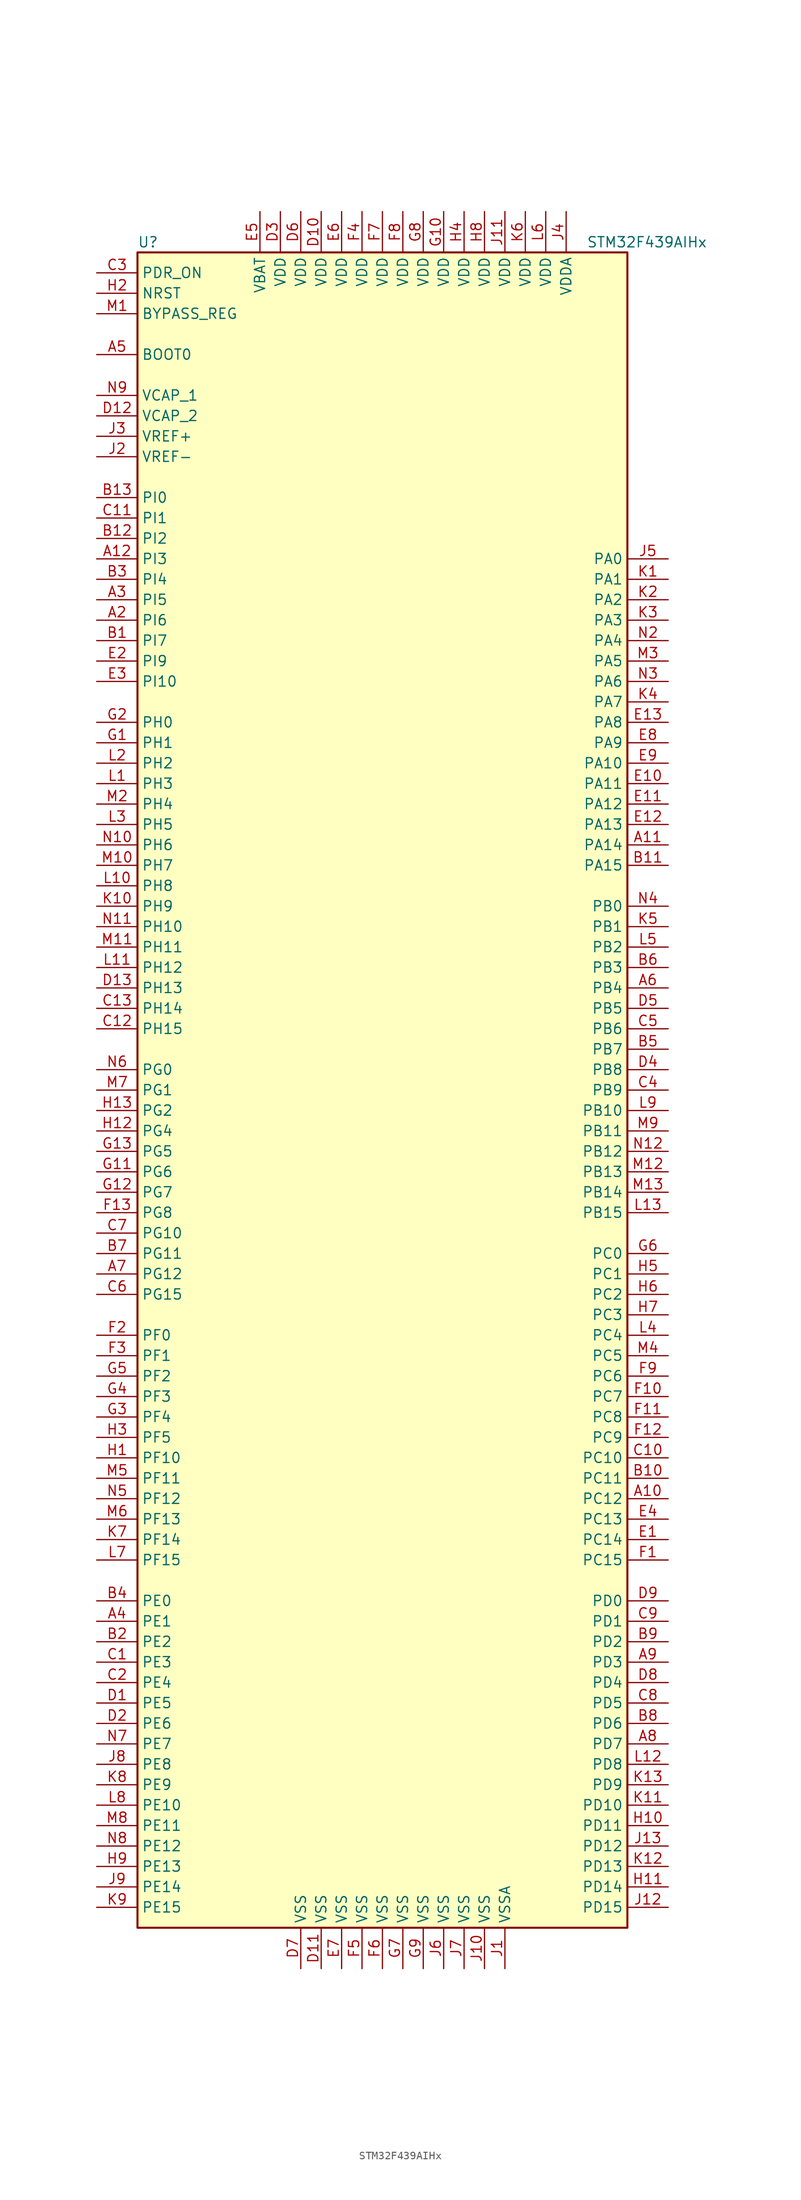
<source format=kicad_sym>
(kicad_symbol_lib
  (version 20211014)
  (generator kicad_symbol_editor)
  (symbol "STM32F439AIHx"
    (property "Reference" "U"
      (at -30.48 105.41 0)
      (effects (font (size 1.27 1.27)) (justify left)))
    (property "Value" "STM32F439AIHx"
      (at 25.4 105.41 0)
      (effects (font (size 1.27 1.27)) (justify left)))
    (symbol "STM32F439AIHx_0_1"
      (rectangle (start -30.48 -104.14) (end 30.48 104.14) (stroke (width 0.254) (type default) (color 0 0 0 0)) (fill (type background))))
    (symbol "STM32F439AIHx_1_1"
      (pin no_connect line (at -30.48 -101.6 0) (length 5.08) hide (name "NC" (effects (font (size 1.27 1.27)))) (number "A1" (effects (font (size 1.27 1.27)))))
      (pin bidirectional line (at 35.56 -50.8 180) (length 5.08) (name "PC12" (effects (font (size 1.27 1.27)))) (number "A10" (effects (font (size 1.27 1.27)))))
      (pin bidirectional line (at 35.56 30.48 180) (length 5.08) (name "PA14" (effects (font (size 1.27 1.27)))) (number "A11" (effects (font (size 1.27 1.27)))))
      (pin bidirectional line (at -35.56 66.04 0) (length 5.08) (name "PI3" (effects (font (size 1.27 1.27)))) (number "A12" (effects (font (size 1.27 1.27)))))
      (pin no_connect line (at -30.48 -99.06 0) (length 5.08) hide (name "NC" (effects (font (size 1.27 1.27)))) (number "A13" (effects (font (size 1.27 1.27)))))
      (pin bidirectional line (at -35.56 58.42 0) (length 5.08) (name "PI6" (effects (font (size 1.27 1.27)))) (number "A2" (effects (font (size 1.27 1.27)))))
      (pin bidirectional line (at -35.56 60.96 0) (length 5.08) (name "PI5" (effects (font (size 1.27 1.27)))) (number "A3" (effects (font (size 1.27 1.27)))))
      (pin bidirectional line (at -35.56 -66.04 0) (length 5.08) (name "PE1" (effects (font (size 1.27 1.27)))) (number "A4" (effects (font (size 1.27 1.27)))))
      (pin input line (at -35.56 91.44 0) (length 5.08) (name "BOOT0" (effects (font (size 1.27 1.27)))) (number "A5" (effects (font (size 1.27 1.27)))))
      (pin bidirectional line (at 35.56 12.7 180) (length 5.08) (name "PB4" (effects (font (size 1.27 1.27)))) (number "A6" (effects (font (size 1.27 1.27)))))
      (pin bidirectional line (at -35.56 -22.86 0) (length 5.08) (name "PG12" (effects (font (size 1.27 1.27)))) (number "A7" (effects (font (size 1.27 1.27)))))
      (pin bidirectional line (at 35.56 -81.28 180) (length 5.08) (name "PD7" (effects (font (size 1.27 1.27)))) (number "A8" (effects (font (size 1.27 1.27)))))
      (pin bidirectional line (at 35.56 -71.12 180) (length 5.08) (name "PD3" (effects (font (size 1.27 1.27)))) (number "A9" (effects (font (size 1.27 1.27)))))
      (pin bidirectional line (at -35.56 55.88 0) (length 5.08) (name "PI7" (effects (font (size 1.27 1.27)))) (number "B1" (effects (font (size 1.27 1.27)))))
      (pin bidirectional line (at 35.56 -48.26 180) (length 5.08) (name "PC11" (effects (font (size 1.27 1.27)))) (number "B10" (effects (font (size 1.27 1.27)))))
      (pin bidirectional line (at 35.56 27.94 180) (length 5.08) (name "PA15" (effects (font (size 1.27 1.27)))) (number "B11" (effects (font (size 1.27 1.27)))))
      (pin bidirectional line (at -35.56 68.58 0) (length 5.08) (name "PI2" (effects (font (size 1.27 1.27)))) (number "B12" (effects (font (size 1.27 1.27)))))
      (pin bidirectional line (at -35.56 73.66 0) (length 5.08) (name "PI0" (effects (font (size 1.27 1.27)))) (number "B13" (effects (font (size 1.27 1.27)))))
      (pin bidirectional line (at -35.56 -68.58 0) (length 5.08) (name "PE2" (effects (font (size 1.27 1.27)))) (number "B2" (effects (font (size 1.27 1.27)))))
      (pin bidirectional line (at -35.56 63.5 0) (length 5.08) (name "PI4" (effects (font (size 1.27 1.27)))) (number "B3" (effects (font (size 1.27 1.27)))))
      (pin bidirectional line (at -35.56 -63.5 0) (length 5.08) (name "PE0" (effects (font (size 1.27 1.27)))) (number "B4" (effects (font (size 1.27 1.27)))))
      (pin bidirectional line (at 35.56 5.08 180) (length 5.08) (name "PB7" (effects (font (size 1.27 1.27)))) (number "B5" (effects (font (size 1.27 1.27)))))
      (pin bidirectional line (at 35.56 15.24 180) (length 5.08) (name "PB3" (effects (font (size 1.27 1.27)))) (number "B6" (effects (font (size 1.27 1.27)))))
      (pin bidirectional line (at -35.56 -20.32 0) (length 5.08) (name "PG11" (effects (font (size 1.27 1.27)))) (number "B7" (effects (font (size 1.27 1.27)))))
      (pin bidirectional line (at 35.56 -78.74 180) (length 5.08) (name "PD6" (effects (font (size 1.27 1.27)))) (number "B8" (effects (font (size 1.27 1.27)))))
      (pin bidirectional line (at 35.56 -68.58 180) (length 5.08) (name "PD2" (effects (font (size 1.27 1.27)))) (number "B9" (effects (font (size 1.27 1.27)))))
      (pin bidirectional line (at -35.56 -71.12 0) (length 5.08) (name "PE3" (effects (font (size 1.27 1.27)))) (number "C1" (effects (font (size 1.27 1.27)))))
      (pin bidirectional line (at 35.56 -45.72 180) (length 5.08) (name "PC10" (effects (font (size 1.27 1.27)))) (number "C10" (effects (font (size 1.27 1.27)))))
      (pin bidirectional line (at -35.56 71.12 0) (length 5.08) (name "PI1" (effects (font (size 1.27 1.27)))) (number "C11" (effects (font (size 1.27 1.27)))))
      (pin bidirectional line (at -35.56 7.62 0) (length 5.08) (name "PH15" (effects (font (size 1.27 1.27)))) (number "C12" (effects (font (size 1.27 1.27)))))
      (pin bidirectional line (at -35.56 10.16 0) (length 5.08) (name "PH14" (effects (font (size 1.27 1.27)))) (number "C13" (effects (font (size 1.27 1.27)))))
      (pin bidirectional line (at -35.56 -73.66 0) (length 5.08) (name "PE4" (effects (font (size 1.27 1.27)))) (number "C2" (effects (font (size 1.27 1.27)))))
      (pin input line (at -35.56 101.6 0) (length 5.08) (name "PDR_ON" (effects (font (size 1.27 1.27)))) (number "C3" (effects (font (size 1.27 1.27)))))
      (pin bidirectional line (at 35.56 0 180) (length 5.08) (name "PB9" (effects (font (size 1.27 1.27)))) (number "C4" (effects (font (size 1.27 1.27)))))
      (pin bidirectional line (at 35.56 7.62 180) (length 5.08) (name "PB6" (effects (font (size 1.27 1.27)))) (number "C5" (effects (font (size 1.27 1.27)))))
      (pin bidirectional line (at -35.56 -25.4 0) (length 5.08) (name "PG15" (effects (font (size 1.27 1.27)))) (number "C6" (effects (font (size 1.27 1.27)))))
      (pin bidirectional line (at -35.56 -17.78 0) (length 5.08) (name "PG10" (effects (font (size 1.27 1.27)))) (number "C7" (effects (font (size 1.27 1.27)))))
      (pin bidirectional line (at 35.56 -76.2 180) (length 5.08) (name "PD5" (effects (font (size 1.27 1.27)))) (number "C8" (effects (font (size 1.27 1.27)))))
      (pin bidirectional line (at 35.56 -66.04 180) (length 5.08) (name "PD1" (effects (font (size 1.27 1.27)))) (number "C9" (effects (font (size 1.27 1.27)))))
      (pin bidirectional line (at -35.56 -76.2 0) (length 5.08) (name "PE5" (effects (font (size 1.27 1.27)))) (number "D1" (effects (font (size 1.27 1.27)))))
      (pin power_in line (at -7.62 109.22 270) (length 5.08) (name "VDD" (effects (font (size 1.27 1.27)))) (number "D10" (effects (font (size 1.27 1.27)))))
      (pin power_in line (at -7.62 -109.22 90) (length 5.08) (name "VSS" (effects (font (size 1.27 1.27)))) (number "D11" (effects (font (size 1.27 1.27)))))
      (pin power_in line (at -35.56 83.82 0) (length 5.08) (name "VCAP_2" (effects (font (size 1.27 1.27)))) (number "D12" (effects (font (size 1.27 1.27)))))
      (pin bidirectional line (at -35.56 12.7 0) (length 5.08) (name "PH13" (effects (font (size 1.27 1.27)))) (number "D13" (effects (font (size 1.27 1.27)))))
      (pin bidirectional line (at -35.56 -78.74 0) (length 5.08) (name "PE6" (effects (font (size 1.27 1.27)))) (number "D2" (effects (font (size 1.27 1.27)))))
      (pin power_in line (at -12.7 109.22 270) (length 5.08) (name "VDD" (effects (font (size 1.27 1.27)))) (number "D3" (effects (font (size 1.27 1.27)))))
      (pin bidirectional line (at 35.56 2.54 180) (length 5.08) (name "PB8" (effects (font (size 1.27 1.27)))) (number "D4" (effects (font (size 1.27 1.27)))))
      (pin bidirectional line (at 35.56 10.16 180) (length 5.08) (name "PB5" (effects (font (size 1.27 1.27)))) (number "D5" (effects (font (size 1.27 1.27)))))
      (pin power_in line (at -10.16 109.22 270) (length 5.08) (name "VDD" (effects (font (size 1.27 1.27)))) (number "D6" (effects (font (size 1.27 1.27)))))
      (pin power_in line (at -10.16 -109.22 90) (length 5.08) (name "VSS" (effects (font (size 1.27 1.27)))) (number "D7" (effects (font (size 1.27 1.27)))))
      (pin bidirectional line (at 35.56 -73.66 180) (length 5.08) (name "PD4" (effects (font (size 1.27 1.27)))) (number "D8" (effects (font (size 1.27 1.27)))))
      (pin bidirectional line (at 35.56 -63.5 180) (length 5.08) (name "PD0" (effects (font (size 1.27 1.27)))) (number "D9" (effects (font (size 1.27 1.27)))))
      (pin bidirectional line (at 35.56 -55.88 180) (length 5.08) (name "PC14" (effects (font (size 1.27 1.27)))) (number "E1" (effects (font (size 1.27 1.27)))))
      (pin bidirectional line (at 35.56 38.1 180) (length 5.08) (name "PA11" (effects (font (size 1.27 1.27)))) (number "E10" (effects (font (size 1.27 1.27)))))
      (pin bidirectional line (at 35.56 35.56 180) (length 5.08) (name "PA12" (effects (font (size 1.27 1.27)))) (number "E11" (effects (font (size 1.27 1.27)))))
      (pin bidirectional line (at 35.56 33.02 180) (length 5.08) (name "PA13" (effects (font (size 1.27 1.27)))) (number "E12" (effects (font (size 1.27 1.27)))))
      (pin bidirectional line (at 35.56 45.72 180) (length 5.08) (name "PA8" (effects (font (size 1.27 1.27)))) (number "E13" (effects (font (size 1.27 1.27)))))
      (pin bidirectional line (at -35.56 53.34 0) (length 5.08) (name "PI9" (effects (font (size 1.27 1.27)))) (number "E2" (effects (font (size 1.27 1.27)))))
      (pin bidirectional line (at -35.56 50.8 0) (length 5.08) (name "PI10" (effects (font (size 1.27 1.27)))) (number "E3" (effects (font (size 1.27 1.27)))))
      (pin bidirectional line (at 35.56 -53.34 180) (length 5.08) (name "PC13" (effects (font (size 1.27 1.27)))) (number "E4" (effects (font (size 1.27 1.27)))))
      (pin power_in line (at -15.24 109.22 270) (length 5.08) (name "VBAT" (effects (font (size 1.27 1.27)))) (number "E5" (effects (font (size 1.27 1.27)))))
      (pin power_in line (at -5.08 109.22 270) (length 5.08) (name "VDD" (effects (font (size 1.27 1.27)))) (number "E6" (effects (font (size 1.27 1.27)))))
      (pin power_in line (at -5.08 -109.22 90) (length 5.08) (name "VSS" (effects (font (size 1.27 1.27)))) (number "E7" (effects (font (size 1.27 1.27)))))
      (pin bidirectional line (at 35.56 43.18 180) (length 5.08) (name "PA9" (effects (font (size 1.27 1.27)))) (number "E8" (effects (font (size 1.27 1.27)))))
      (pin bidirectional line (at 35.56 40.64 180) (length 5.08) (name "PA10" (effects (font (size 1.27 1.27)))) (number "E9" (effects (font (size 1.27 1.27)))))
      (pin bidirectional line (at 35.56 -58.42 180) (length 5.08) (name "PC15" (effects (font (size 1.27 1.27)))) (number "F1" (effects (font (size 1.27 1.27)))))
      (pin bidirectional line (at 35.56 -38.1 180) (length 5.08) (name "PC7" (effects (font (size 1.27 1.27)))) (number "F10" (effects (font (size 1.27 1.27)))))
      (pin bidirectional line (at 35.56 -40.64 180) (length 5.08) (name "PC8" (effects (font (size 1.27 1.27)))) (number "F11" (effects (font (size 1.27 1.27)))))
      (pin bidirectional line (at 35.56 -43.18 180) (length 5.08) (name "PC9" (effects (font (size 1.27 1.27)))) (number "F12" (effects (font (size 1.27 1.27)))))
      (pin bidirectional line (at -35.56 -15.24 0) (length 5.08) (name "PG8" (effects (font (size 1.27 1.27)))) (number "F13" (effects (font (size 1.27 1.27)))))
      (pin bidirectional line (at -35.56 -30.48 0) (length 5.08) (name "PF0" (effects (font (size 1.27 1.27)))) (number "F2" (effects (font (size 1.27 1.27)))))
      (pin bidirectional line (at -35.56 -33.02 0) (length 5.08) (name "PF1" (effects (font (size 1.27 1.27)))) (number "F3" (effects (font (size 1.27 1.27)))))
      (pin power_in line (at -2.54 109.22 270) (length 5.08) (name "VDD" (effects (font (size 1.27 1.27)))) (number "F4" (effects (font (size 1.27 1.27)))))
      (pin power_in line (at -2.54 -109.22 90) (length 5.08) (name "VSS" (effects (font (size 1.27 1.27)))) (number "F5" (effects (font (size 1.27 1.27)))))
      (pin power_in line (at 0 -109.22 90) (length 5.08) (name "VSS" (effects (font (size 1.27 1.27)))) (number "F6" (effects (font (size 1.27 1.27)))))
      (pin power_in line (at 0 109.22 270) (length 5.08) (name "VDD" (effects (font (size 1.27 1.27)))) (number "F7" (effects (font (size 1.27 1.27)))))
      (pin power_in line (at 2.54 109.22 270) (length 5.08) (name "VDD" (effects (font (size 1.27 1.27)))) (number "F8" (effects (font (size 1.27 1.27)))))
      (pin bidirectional line (at 35.56 -35.56 180) (length 5.08) (name "PC6" (effects (font (size 1.27 1.27)))) (number "F9" (effects (font (size 1.27 1.27)))))
      (pin input line (at -35.56 43.18 0) (length 5.08) (name "PH1" (effects (font (size 1.27 1.27)))) (number "G1" (effects (font (size 1.27 1.27)))))
      (pin power_in line (at 7.62 109.22 270) (length 5.08) (name "VDD" (effects (font (size 1.27 1.27)))) (number "G10" (effects (font (size 1.27 1.27)))))
      (pin bidirectional line (at -35.56 -10.16 0) (length 5.08) (name "PG6" (effects (font (size 1.27 1.27)))) (number "G11" (effects (font (size 1.27 1.27)))))
      (pin bidirectional line (at -35.56 -12.7 0) (length 5.08) (name "PG7" (effects (font (size 1.27 1.27)))) (number "G12" (effects (font (size 1.27 1.27)))))
      (pin bidirectional line (at -35.56 -7.62 0) (length 5.08) (name "PG5" (effects (font (size 1.27 1.27)))) (number "G13" (effects (font (size 1.27 1.27)))))
      (pin input line (at -35.56 45.72 0) (length 5.08) (name "PH0" (effects (font (size 1.27 1.27)))) (number "G2" (effects (font (size 1.27 1.27)))))
      (pin bidirectional line (at -35.56 -40.64 0) (length 5.08) (name "PF4" (effects (font (size 1.27 1.27)))) (number "G3" (effects (font (size 1.27 1.27)))))
      (pin bidirectional line (at -35.56 -38.1 0) (length 5.08) (name "PF3" (effects (font (size 1.27 1.27)))) (number "G4" (effects (font (size 1.27 1.27)))))
      (pin bidirectional line (at -35.56 -35.56 0) (length 5.08) (name "PF2" (effects (font (size 1.27 1.27)))) (number "G5" (effects (font (size 1.27 1.27)))))
      (pin bidirectional line (at 35.56 -20.32 180) (length 5.08) (name "PC0" (effects (font (size 1.27 1.27)))) (number "G6" (effects (font (size 1.27 1.27)))))
      (pin power_in line (at 2.54 -109.22 90) (length 5.08) (name "VSS" (effects (font (size 1.27 1.27)))) (number "G7" (effects (font (size 1.27 1.27)))))
      (pin power_in line (at 5.08 109.22 270) (length 5.08) (name "VDD" (effects (font (size 1.27 1.27)))) (number "G8" (effects (font (size 1.27 1.27)))))
      (pin power_in line (at 5.08 -109.22 90) (length 5.08) (name "VSS" (effects (font (size 1.27 1.27)))) (number "G9" (effects (font (size 1.27 1.27)))))
      (pin bidirectional line (at -35.56 -45.72 0) (length 5.08) (name "PF10" (effects (font (size 1.27 1.27)))) (number "H1" (effects (font (size 1.27 1.27)))))
      (pin bidirectional line (at 35.56 -91.44 180) (length 5.08) (name "PD11" (effects (font (size 1.27 1.27)))) (number "H10" (effects (font (size 1.27 1.27)))))
      (pin bidirectional line (at 35.56 -99.06 180) (length 5.08) (name "PD14" (effects (font (size 1.27 1.27)))) (number "H11" (effects (font (size 1.27 1.27)))))
      (pin bidirectional line (at -35.56 -5.08 0) (length 5.08) (name "PG4" (effects (font (size 1.27 1.27)))) (number "H12" (effects (font (size 1.27 1.27)))))
      (pin bidirectional line (at -35.56 -2.54 0) (length 5.08) (name "PG2" (effects (font (size 1.27 1.27)))) (number "H13" (effects (font (size 1.27 1.27)))))
      (pin input line (at -35.56 99.06 0) (length 5.08) (name "NRST" (effects (font (size 1.27 1.27)))) (number "H2" (effects (font (size 1.27 1.27)))))
      (pin bidirectional line (at -35.56 -43.18 0) (length 5.08) (name "PF5" (effects (font (size 1.27 1.27)))) (number "H3" (effects (font (size 1.27 1.27)))))
      (pin power_in line (at 10.16 109.22 270) (length 5.08) (name "VDD" (effects (font (size 1.27 1.27)))) (number "H4" (effects (font (size 1.27 1.27)))))
      (pin bidirectional line (at 35.56 -22.86 180) (length 5.08) (name "PC1" (effects (font (size 1.27 1.27)))) (number "H5" (effects (font (size 1.27 1.27)))))
      (pin bidirectional line (at 35.56 -25.4 180) (length 5.08) (name "PC2" (effects (font (size 1.27 1.27)))) (number "H6" (effects (font (size 1.27 1.27)))))
      (pin bidirectional line (at 35.56 -27.94 180) (length 5.08) (name "PC3" (effects (font (size 1.27 1.27)))) (number "H7" (effects (font (size 1.27 1.27)))))
      (pin power_in line (at 12.7 109.22 270) (length 5.08) (name "VDD" (effects (font (size 1.27 1.27)))) (number "H8" (effects (font (size 1.27 1.27)))))
      (pin bidirectional line (at -35.56 -96.52 0) (length 5.08) (name "PE13" (effects (font (size 1.27 1.27)))) (number "H9" (effects (font (size 1.27 1.27)))))
      (pin power_in line (at 15.24 -109.22 90) (length 5.08) (name "VSSA" (effects (font (size 1.27 1.27)))) (number "J1" (effects (font (size 1.27 1.27)))))
      (pin power_in line (at 12.7 -109.22 90) (length 5.08) (name "VSS" (effects (font (size 1.27 1.27)))) (number "J10" (effects (font (size 1.27 1.27)))))
      (pin power_in line (at 15.24 109.22 270) (length 5.08) (name "VDD" (effects (font (size 1.27 1.27)))) (number "J11" (effects (font (size 1.27 1.27)))))
      (pin bidirectional line (at 35.56 -101.6 180) (length 5.08) (name "PD15" (effects (font (size 1.27 1.27)))) (number "J12" (effects (font (size 1.27 1.27)))))
      (pin bidirectional line (at 35.56 -93.98 180) (length 5.08) (name "PD12" (effects (font (size 1.27 1.27)))) (number "J13" (effects (font (size 1.27 1.27)))))
      (pin power_in line (at -35.56 78.74 0) (length 5.08) (name "VREF-" (effects (font (size 1.27 1.27)))) (number "J2" (effects (font (size 1.27 1.27)))))
      (pin power_in line (at -35.56 81.28 0) (length 5.08) (name "VREF+" (effects (font (size 1.27 1.27)))) (number "J3" (effects (font (size 1.27 1.27)))))
      (pin power_in line (at 22.86 109.22 270) (length 5.08) (name "VDDA" (effects (font (size 1.27 1.27)))) (number "J4" (effects (font (size 1.27 1.27)))))
      (pin bidirectional line (at 35.56 66.04 180) (length 5.08) (name "PA0" (effects (font (size 1.27 1.27)))) (number "J5" (effects (font (size 1.27 1.27)))))
      (pin power_in line (at 7.62 -109.22 90) (length 5.08) (name "VSS" (effects (font (size 1.27 1.27)))) (number "J6" (effects (font (size 1.27 1.27)))))
      (pin power_in line (at 10.16 -109.22 90) (length 5.08) (name "VSS" (effects (font (size 1.27 1.27)))) (number "J7" (effects (font (size 1.27 1.27)))))
      (pin bidirectional line (at -35.56 -83.82 0) (length 5.08) (name "PE8" (effects (font (size 1.27 1.27)))) (number "J8" (effects (font (size 1.27 1.27)))))
      (pin bidirectional line (at -35.56 -99.06 0) (length 5.08) (name "PE14" (effects (font (size 1.27 1.27)))) (number "J9" (effects (font (size 1.27 1.27)))))
      (pin bidirectional line (at 35.56 63.5 180) (length 5.08) (name "PA1" (effects (font (size 1.27 1.27)))) (number "K1" (effects (font (size 1.27 1.27)))))
      (pin bidirectional line (at -35.56 22.86 0) (length 5.08) (name "PH9" (effects (font (size 1.27 1.27)))) (number "K10" (effects (font (size 1.27 1.27)))))
      (pin bidirectional line (at 35.56 -88.9 180) (length 5.08) (name "PD10" (effects (font (size 1.27 1.27)))) (number "K11" (effects (font (size 1.27 1.27)))))
      (pin bidirectional line (at 35.56 -96.52 180) (length 5.08) (name "PD13" (effects (font (size 1.27 1.27)))) (number "K12" (effects (font (size 1.27 1.27)))))
      (pin bidirectional line (at 35.56 -86.36 180) (length 5.08) (name "PD9" (effects (font (size 1.27 1.27)))) (number "K13" (effects (font (size 1.27 1.27)))))
      (pin bidirectional line (at 35.56 60.96 180) (length 5.08) (name "PA2" (effects (font (size 1.27 1.27)))) (number "K2" (effects (font (size 1.27 1.27)))))
      (pin bidirectional line (at 35.56 58.42 180) (length 5.08) (name "PA3" (effects (font (size 1.27 1.27)))) (number "K3" (effects (font (size 1.27 1.27)))))
      (pin bidirectional line (at 35.56 48.26 180) (length 5.08) (name "PA7" (effects (font (size 1.27 1.27)))) (number "K4" (effects (font (size 1.27 1.27)))))
      (pin bidirectional line (at 35.56 20.32 180) (length 5.08) (name "PB1" (effects (font (size 1.27 1.27)))) (number "K5" (effects (font (size 1.27 1.27)))))
      (pin power_in line (at 17.78 109.22 270) (length 5.08) (name "VDD" (effects (font (size 1.27 1.27)))) (number "K6" (effects (font (size 1.27 1.27)))))
      (pin bidirectional line (at -35.56 -55.88 0) (length 5.08) (name "PF14" (effects (font (size 1.27 1.27)))) (number "K7" (effects (font (size 1.27 1.27)))))
      (pin bidirectional line (at -35.56 -86.36 0) (length 5.08) (name "PE9" (effects (font (size 1.27 1.27)))) (number "K8" (effects (font (size 1.27 1.27)))))
      (pin bidirectional line (at -35.56 -101.6 0) (length 5.08) (name "PE15" (effects (font (size 1.27 1.27)))) (number "K9" (effects (font (size 1.27 1.27)))))
      (pin bidirectional line (at -35.56 38.1 0) (length 5.08) (name "PH3" (effects (font (size 1.27 1.27)))) (number "L1" (effects (font (size 1.27 1.27)))))
      (pin bidirectional line (at -35.56 25.4 0) (length 5.08) (name "PH8" (effects (font (size 1.27 1.27)))) (number "L10" (effects (font (size 1.27 1.27)))))
      (pin bidirectional line (at -35.56 15.24 0) (length 5.08) (name "PH12" (effects (font (size 1.27 1.27)))) (number "L11" (effects (font (size 1.27 1.27)))))
      (pin bidirectional line (at 35.56 -83.82 180) (length 5.08) (name "PD8" (effects (font (size 1.27 1.27)))) (number "L12" (effects (font (size 1.27 1.27)))))
      (pin bidirectional line (at 35.56 -15.24 180) (length 5.08) (name "PB15" (effects (font (size 1.27 1.27)))) (number "L13" (effects (font (size 1.27 1.27)))))
      (pin bidirectional line (at -35.56 40.64 0) (length 5.08) (name "PH2" (effects (font (size 1.27 1.27)))) (number "L2" (effects (font (size 1.27 1.27)))))
      (pin bidirectional line (at -35.56 33.02 0) (length 5.08) (name "PH5" (effects (font (size 1.27 1.27)))) (number "L3" (effects (font (size 1.27 1.27)))))
      (pin bidirectional line (at 35.56 -30.48 180) (length 5.08) (name "PC4" (effects (font (size 1.27 1.27)))) (number "L4" (effects (font (size 1.27 1.27)))))
      (pin bidirectional line (at 35.56 17.78 180) (length 5.08) (name "PB2" (effects (font (size 1.27 1.27)))) (number "L5" (effects (font (size 1.27 1.27)))))
      (pin power_in line (at 20.32 109.22 270) (length 5.08) (name "VDD" (effects (font (size 1.27 1.27)))) (number "L6" (effects (font (size 1.27 1.27)))))
      (pin bidirectional line (at -35.56 -58.42 0) (length 5.08) (name "PF15" (effects (font (size 1.27 1.27)))) (number "L7" (effects (font (size 1.27 1.27)))))
      (pin bidirectional line (at -35.56 -88.9 0) (length 5.08) (name "PE10" (effects (font (size 1.27 1.27)))) (number "L8" (effects (font (size 1.27 1.27)))))
      (pin bidirectional line (at 35.56 -2.54 180) (length 5.08) (name "PB10" (effects (font (size 1.27 1.27)))) (number "L9" (effects (font (size 1.27 1.27)))))
      (pin input line (at -35.56 96.52 0) (length 5.08) (name "BYPASS_REG" (effects (font (size 1.27 1.27)))) (number "M1" (effects (font (size 1.27 1.27)))))
      (pin bidirectional line (at -35.56 27.94 0) (length 5.08) (name "PH7" (effects (font (size 1.27 1.27)))) (number "M10" (effects (font (size 1.27 1.27)))))
      (pin bidirectional line (at -35.56 17.78 0) (length 5.08) (name "PH11" (effects (font (size 1.27 1.27)))) (number "M11" (effects (font (size 1.27 1.27)))))
      (pin bidirectional line (at 35.56 -10.16 180) (length 5.08) (name "PB13" (effects (font (size 1.27 1.27)))) (number "M12" (effects (font (size 1.27 1.27)))))
      (pin bidirectional line (at 35.56 -12.7 180) (length 5.08) (name "PB14" (effects (font (size 1.27 1.27)))) (number "M13" (effects (font (size 1.27 1.27)))))
      (pin bidirectional line (at -35.56 35.56 0) (length 5.08) (name "PH4" (effects (font (size 1.27 1.27)))) (number "M2" (effects (font (size 1.27 1.27)))))
      (pin bidirectional line (at 35.56 53.34 180) (length 5.08) (name "PA5" (effects (font (size 1.27 1.27)))) (number "M3" (effects (font (size 1.27 1.27)))))
      (pin bidirectional line (at 35.56 -33.02 180) (length 5.08) (name "PC5" (effects (font (size 1.27 1.27)))) (number "M4" (effects (font (size 1.27 1.27)))))
      (pin bidirectional line (at -35.56 -48.26 0) (length 5.08) (name "PF11" (effects (font (size 1.27 1.27)))) (number "M5" (effects (font (size 1.27 1.27)))))
      (pin bidirectional line (at -35.56 -53.34 0) (length 5.08) (name "PF13" (effects (font (size 1.27 1.27)))) (number "M6" (effects (font (size 1.27 1.27)))))
      (pin bidirectional line (at -35.56 0 0) (length 5.08) (name "PG1" (effects (font (size 1.27 1.27)))) (number "M7" (effects (font (size 1.27 1.27)))))
      (pin bidirectional line (at -35.56 -91.44 0) (length 5.08) (name "PE11" (effects (font (size 1.27 1.27)))) (number "M8" (effects (font (size 1.27 1.27)))))
      (pin bidirectional line (at 35.56 -5.08 180) (length 5.08) (name "PB11" (effects (font (size 1.27 1.27)))) (number "M9" (effects (font (size 1.27 1.27)))))
      (pin no_connect line (at -30.48 -96.52 0) (length 5.08) hide (name "NC" (effects (font (size 1.27 1.27)))) (number "N1" (effects (font (size 1.27 1.27)))))
      (pin bidirectional line (at -35.56 30.48 0) (length 5.08) (name "PH6" (effects (font (size 1.27 1.27)))) (number "N10" (effects (font (size 1.27 1.27)))))
      (pin bidirectional line (at -35.56 20.32 0) (length 5.08) (name "PH10" (effects (font (size 1.27 1.27)))) (number "N11" (effects (font (size 1.27 1.27)))))
      (pin bidirectional line (at 35.56 -7.62 180) (length 5.08) (name "PB12" (effects (font (size 1.27 1.27)))) (number "N12" (effects (font (size 1.27 1.27)))))
      (pin no_connect line (at -30.48 -93.98 0) (length 5.08) hide (name "NC" (effects (font (size 1.27 1.27)))) (number "N13" (effects (font (size 1.27 1.27)))))
      (pin bidirectional line (at 35.56 55.88 180) (length 5.08) (name "PA4" (effects (font (size 1.27 1.27)))) (number "N2" (effects (font (size 1.27 1.27)))))
      (pin bidirectional line (at 35.56 50.8 180) (length 5.08) (name "PA6" (effects (font (size 1.27 1.27)))) (number "N3" (effects (font (size 1.27 1.27)))))
      (pin bidirectional line (at 35.56 22.86 180) (length 5.08) (name "PB0" (effects (font (size 1.27 1.27)))) (number "N4" (effects (font (size 1.27 1.27)))))
      (pin bidirectional line (at -35.56 -50.8 0) (length 5.08) (name "PF12" (effects (font (size 1.27 1.27)))) (number "N5" (effects (font (size 1.27 1.27)))))
      (pin bidirectional line (at -35.56 2.54 0) (length 5.08) (name "PG0" (effects (font (size 1.27 1.27)))) (number "N6" (effects (font (size 1.27 1.27)))))
      (pin bidirectional line (at -35.56 -81.28 0) (length 5.08) (name "PE7" (effects (font (size 1.27 1.27)))) (number "N7" (effects (font (size 1.27 1.27)))))
      (pin bidirectional line (at -35.56 -93.98 0) (length 5.08) (name "PE12" (effects (font (size 1.27 1.27)))) (number "N8" (effects (font (size 1.27 1.27)))))
      (pin power_in line (at -35.56 86.36 0) (length 5.08) (name "VCAP_1" (effects (font (size 1.27 1.27)))) (number "N9" (effects (font (size 1.27 1.27))))))))
</source>
